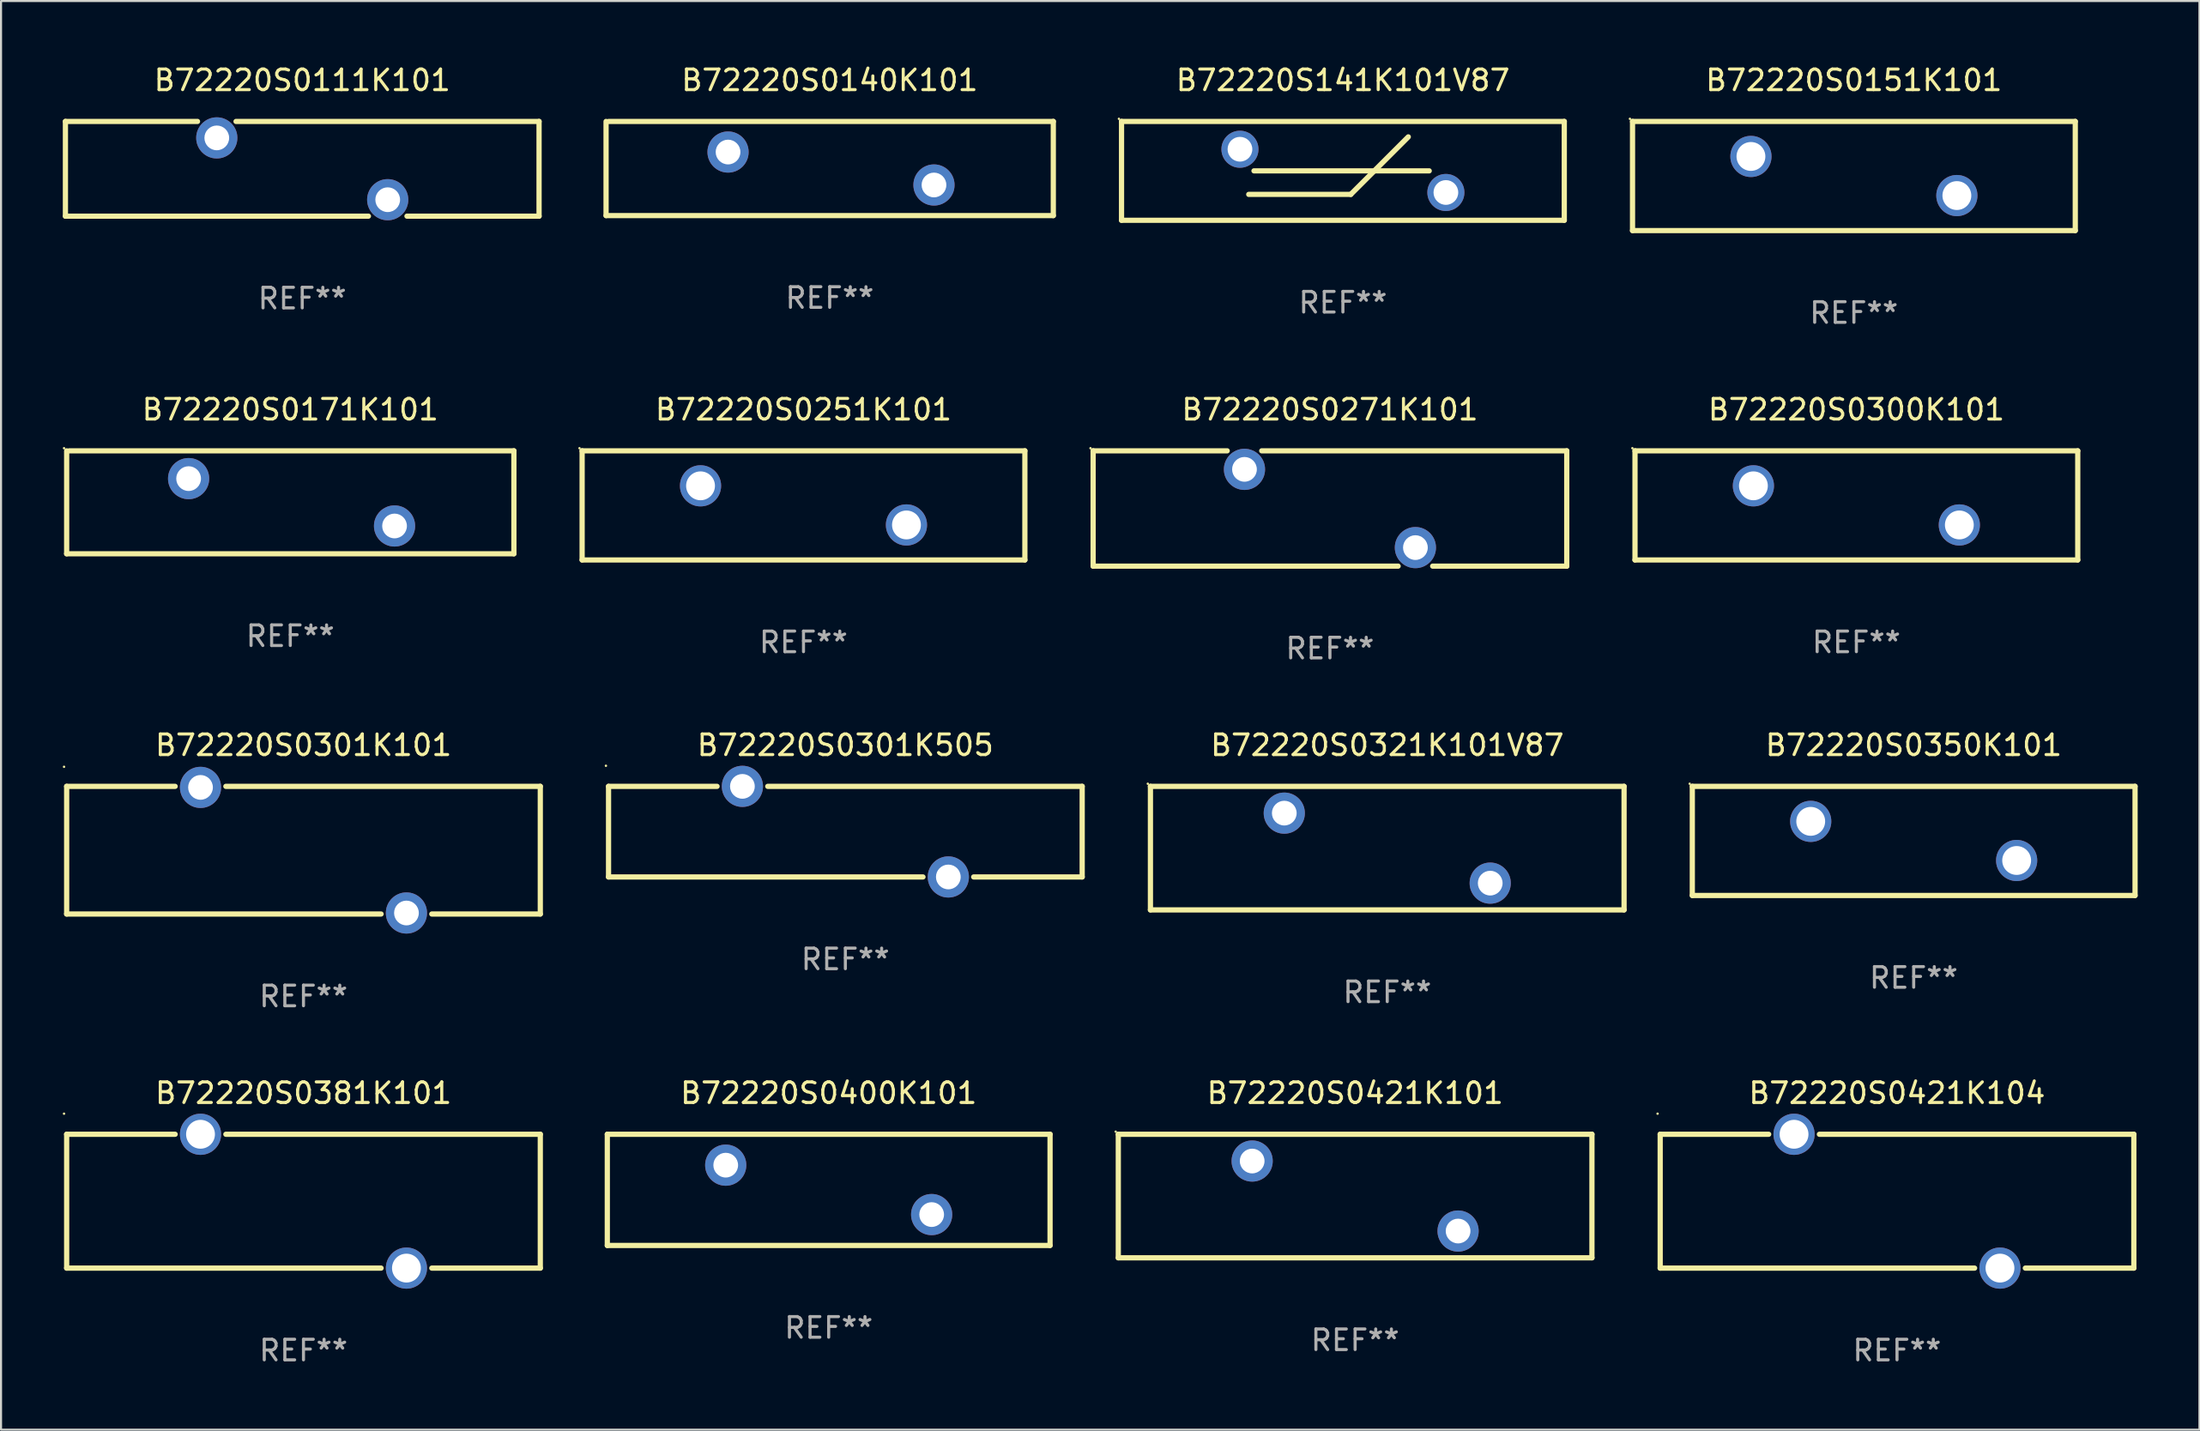
<source format=kicad_pcb>
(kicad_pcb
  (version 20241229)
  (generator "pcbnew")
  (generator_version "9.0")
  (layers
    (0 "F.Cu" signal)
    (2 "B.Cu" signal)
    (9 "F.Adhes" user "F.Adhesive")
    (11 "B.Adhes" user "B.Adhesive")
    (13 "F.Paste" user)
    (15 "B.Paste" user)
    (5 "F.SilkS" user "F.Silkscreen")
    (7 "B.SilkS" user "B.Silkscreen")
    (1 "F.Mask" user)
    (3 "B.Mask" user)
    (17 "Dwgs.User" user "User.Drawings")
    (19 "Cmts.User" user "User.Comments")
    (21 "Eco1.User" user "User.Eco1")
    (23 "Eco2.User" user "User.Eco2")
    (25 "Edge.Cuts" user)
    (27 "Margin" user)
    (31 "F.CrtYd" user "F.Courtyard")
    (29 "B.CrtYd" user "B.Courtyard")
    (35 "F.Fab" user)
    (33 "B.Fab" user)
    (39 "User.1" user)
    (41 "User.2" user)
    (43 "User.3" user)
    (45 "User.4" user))
  (footprint "B72220S141K101V87"
    (layer "F.Cu")
    (at 62.162 5.248)
    (property "Reference" "B72220S141K101V87" (at 0 -4.4 0) (layer "F.SilkS") (effects (font (size 1 1) (thickness 0.15))))
    (attr through_hole)
    (fp_line (start -10.75 -2.4) (end -10.75 2.4) (stroke (width 0.254) (type solid)) (layer "F.SilkS"))
    (fp_line (start -10.75 -2.4) (end 10.75 -2.4) (stroke (width 0.254) (type solid)) (layer "F.SilkS"))
    (fp_line (start -10.75 2.4) (end 10.75 2.4) (stroke (width 0.254) (type solid)) (layer "F.SilkS"))
    (fp_line (start -4.572 1.143) (end 0.381 1.143) (stroke (width 0.254) (type solid)) (layer "F.SilkS"))
    (fp_line (start -4.318 0) (end 4.191 0) (stroke (width 0.254) (type solid)) (layer "F.SilkS"))
    (fp_line (start 0.381 1.143) (end 3.175 -1.651) (stroke (width 0.254) (type solid)) (layer "F.SilkS"))
    (fp_line (start 10.75 -2.4) (end 10.75 2.4) (stroke (width 0.254) (type solid)) (layer "F.SilkS"))
    (fp_circle (center -10.877 -2.527) (end -10.847 -2.527) (stroke (width 0.06) (type solid)) (fill no) (layer "F.SilkS"))
    (fp_text user "REF**" (at 0 6.4 0) (layer "F.Fab") (effects (font (size 1 1) (thickness 0.15))))
    (pad "1" thru_hole circle (at -5 -1.05) (size 1.8 1.8) (drill 1.2) (layers "*.Cu" "*.Mask"))
    (pad "2" thru_hole circle (at 5 1.05) (size 1.8 1.8) (drill 1.2) (layers "*.Cu" "*.Mask")))
  (footprint "B72220S0300K101"
    (layer "F.Cu")
    (at 87.096 21.495)
    (property "Reference" "B72220S0300K101" (at 0 -4.65 0) (layer "F.SilkS") (effects (font (size 1 1) (thickness 0.15))))
    (attr through_hole)
    (fp_line (start -10.75 -2.65) (end 10.75 -2.65) (stroke (width 0.254) (type solid)) (layer "F.SilkS"))
    (fp_line (start -10.75 2.65) (end -10.75 -2.65) (stroke (width 0.254) (type solid)) (layer "F.SilkS"))
    (fp_line (start 10.75 -2.65) (end 10.75 2.65) (stroke (width 0.254) (type solid)) (layer "F.SilkS"))
    (fp_line (start 10.75 2.65) (end -10.75 2.65) (stroke (width 0.254) (type solid)) (layer "F.SilkS"))
    (fp_circle (center -10.877 -2.777) (end -10.847 -2.777) (stroke (width 0.06) (type solid)) (fill no) (layer "F.SilkS"))
    (fp_text user "REF**" (at 0 6.65 0) (layer "F.Fab") (effects (font (size 1 1) (thickness 0.15))))
    (pad "1" thru_hole circle (at -5 -0.95) (size 2 2) (drill 1.4) (layers "*.Cu" "*.Mask"))
    (pad "2" thru_hole circle (at 5 0.95) (size 2 2) (drill 1.4) (layers "*.Cu" "*.Mask")))
  (footprint "B72220S0321K101V87"
    (layer "F.Cu")
    (at 64.315 38.141)
    (property "Reference" "B72220S0321K101V87" (at 0 -5 0) (layer "F.SilkS") (effects (font (size 1 1) (thickness 0.15))))
    (attr through_hole)
    (fp_line (start -11.5 -3) (end 11.5 -3) (stroke (width 0.254) (type solid)) (layer "F.SilkS"))
    (fp_line (start -11.5 3) (end -11.5 -3) (stroke (width 0.254) (type solid)) (layer "F.SilkS"))
    (fp_line (start 11.5 -3) (end 11.5 3) (stroke (width 0.254) (type solid)) (layer "F.SilkS"))
    (fp_line (start 11.5 3) (end -11.5 3) (stroke (width 0.254) (type solid)) (layer "F.SilkS"))
    (fp_circle (center -11.627 -3.127) (end -11.597 -3.127) (stroke (width 0.06) (type solid)) (fill no) (layer "F.SilkS"))
    (fp_text user "REF**" (at 0 7 0) (layer "F.Fab") (effects (font (size 1 1) (thickness 0.15))))
    (pad "1" thru_hole circle (at -5 -1.7) (size 2 2) (drill 1.2) (layers "*.Cu" "*.Mask"))
    (pad "2" thru_hole circle (at 5 1.7) (size 2 2) (drill 1.2) (layers "*.Cu" "*.Mask")))
  (footprint "B72220S0171K101"
    (layer "F.Cu")
    (at 11.046 21.345)
    (property "Reference" "B72220S0171K101" (at 0 -4.5 0) (layer "F.SilkS") (effects (font (size 1 1) (thickness 0.15))))
    (attr through_hole)
    (fp_line (start -10.859 2.5) (end -10.859 -2.5) (stroke (width 0.254) (type solid)) (layer "F.SilkS"))
    (fp_line (start -10.732 -2.5) (end 10.859 -2.5) (stroke (width 0.254) (type solid)) (layer "F.SilkS"))
    (fp_line (start 10.859 -2.5) (end 10.859 2.5) (stroke (width 0.254) (type solid)) (layer "F.SilkS"))
    (fp_line (start 10.859 2.5) (end -10.859 2.5) (stroke (width 0.254) (type solid)) (layer "F.SilkS"))
    (fp_circle (center -10.986 -2.627) (end -10.956 -2.627) (stroke (width 0.06) (type solid)) (fill no) (layer "F.SilkS"))
    (fp_text user "REF**" (at 0 6.5 0) (layer "F.Fab") (effects (font (size 1 1) (thickness 0.15))))
    (pad "1" thru_hole circle (at -4.937 -1.15) (size 2 2) (drill 1.2) (layers "*.Cu" "*.Mask"))
    (pad "2" thru_hole circle (at 5.063 1.15) (size 2 2) (drill 1.2) (layers "*.Cu" "*.Mask")))
  (footprint "B72220S0140K101"
    (layer "F.Cu")
    (at 37.24 5.134)
    (property "Reference" "B72220S0140K101" (at 0 -4.286 0) (layer "F.SilkS") (effects (font (size 1 1) (thickness 0.15))))
    (attr through_hole)
    (fp_line (start -10.859 2.286) (end -10.859 -2.286) (stroke (width 0.254) (type solid)) (layer "F.SilkS"))
    (fp_line (start -10.732 -2.286) (end 10.859 -2.286) (stroke (width 0.254) (type solid)) (layer "F.SilkS"))
    (fp_line (start 10.859 -2.286) (end 10.859 2.286) (stroke (width 0.254) (type solid)) (layer "F.SilkS"))
    (fp_line (start 10.859 2.286) (end -10.859 2.286) (stroke (width 0.254) (type solid)) (layer "F.SilkS"))
    (fp_circle (center -10.687 -2.3) (end -10.657 -2.3) (stroke (width 0.06) (type solid)) (fill no) (layer "F.SilkS"))
    (fp_text user "REF**" (at 0 6.286 0) (layer "F.Fab") (effects (font (size 1 1) (thickness 0.15))))
    (pad "1" thru_hole circle (at -4.936 -0.8) (size 2 2) (drill 1.2) (layers "*.Cu" "*.Mask"))
    (pad "2" thru_hole circle (at 5.064 0.8) (size 2 2) (drill 1.2) (layers "*.Cu" "*.Mask")))
  (footprint "B72220S0421K104"
    (layer "F.Cu")
    (at 89.069 55.288)
    (property "Reference" "B72220S0421K104" (at 0 -5.25 0) (layer "F.SilkS") (effects (font (size 1 1) (thickness 0.15))))
    (attr through_hole)
    (fp_line (start -11.5 -3.25) (end -6.231 -3.25) (stroke (width 0.254) (type solid)) (layer "F.SilkS"))
    (fp_line (start -11.5 3.25) (end -11.5 -3.25) (stroke (width 0.254) (type solid)) (layer "F.SilkS"))
    (fp_line (start -3.769 -3.25) (end 11.5 -3.25) (stroke (width 0.254) (type solid)) (layer "F.SilkS"))
    (fp_line (start 3.769 3.25) (end -11.5 3.25) (stroke (width 0.254) (type solid)) (layer "F.SilkS"))
    (fp_line (start 11.5 -3.25) (end 11.5 3.25) (stroke (width 0.254) (type solid)) (layer "F.SilkS"))
    (fp_line (start 11.5 3.25) (end 6.231 3.25) (stroke (width 0.254) (type solid)) (layer "F.SilkS"))
    (fp_circle (center -11.627 -4.25) (end -11.597 -4.25) (stroke (width 0.06) (type solid)) (fill no) (layer "F.SilkS"))
    (fp_text user "REF**" (at 0 7.25 0) (layer "F.Fab") (effects (font (size 1 1) (thickness 0.15))))
    (pad "1" thru_hole circle (at -5 -3.25) (size 2 2) (drill 1.4) (layers "*.Cu" "*.Mask"))
    (pad "2" thru_hole circle (at 5 3.25) (size 2 2) (drill 1.4) (layers "*.Cu" "*.Mask")))
  (footprint "B72220S0421K101"
    (layer "F.Cu")
    (at 62.755 55.038)
    (property "Reference" "B72220S0421K101" (at 0 -5 0) (layer "F.SilkS") (effects (font (size 1 1) (thickness 0.15))))
    (attr through_hole)
    (fp_line (start -11.5 -3) (end 11.5 -3) (stroke (width 0.254) (type solid)) (layer "F.SilkS"))
    (fp_line (start -11.5 3) (end -11.5 -3) (stroke (width 0.254) (type solid)) (layer "F.SilkS"))
    (fp_line (start 11.5 -3) (end 11.5 3) (stroke (width 0.254) (type solid)) (layer "F.SilkS"))
    (fp_line (start 11.5 3) (end -11.5 3) (stroke (width 0.254) (type solid)) (layer "F.SilkS"))
    (fp_circle (center -11.627 -3.127) (end -11.597 -3.127) (stroke (width 0.06) (type solid)) (fill no) (layer "F.SilkS"))
    (fp_text user "REF**" (at 0 7 0) (layer "F.Fab") (effects (font (size 1 1) (thickness 0.15))))
    (pad "1" thru_hole circle (at -5 -1.7) (size 2 2) (drill 1.2) (layers "*.Cu" "*.Mask"))
    (pad "2" thru_hole circle (at 5 1.7) (size 2 2) (drill 1.2) (layers "*.Cu" "*.Mask")))
  (footprint "B72220S0251K101"
    (layer "F.Cu")
    (at 35.968 21.495)
    (property "Reference" "B72220S0251K101" (at 0 -4.65 0) (layer "F.SilkS") (effects (font (size 1 1) (thickness 0.15))))
    (attr through_hole)
    (fp_line (start -10.75 -2.65) (end 10.75 -2.65) (stroke (width 0.254) (type solid)) (layer "F.SilkS"))
    (fp_line (start -10.75 2.65) (end -10.75 -2.65) (stroke (width 0.254) (type solid)) (layer "F.SilkS"))
    (fp_line (start 10.75 -2.65) (end 10.75 2.65) (stroke (width 0.254) (type solid)) (layer "F.SilkS"))
    (fp_line (start 10.75 2.65) (end -10.75 2.65) (stroke (width 0.254) (type solid)) (layer "F.SilkS"))
    (fp_circle (center -10.877 -2.777) (end -10.847 -2.777) (stroke (width 0.06) (type solid)) (fill no) (layer "F.SilkS"))
    (fp_text user "REF**" (at 0 6.65 0) (layer "F.Fab") (effects (font (size 1 1) (thickness 0.15))))
    (pad "1" thru_hole circle (at -5 -0.95) (size 2 2) (drill 1.4) (layers "*.Cu" "*.Mask"))
    (pad "2" thru_hole circle (at 5 0.95) (size 2 2) (drill 1.4) (layers "*.Cu" "*.Mask")))
  (footprint "B72220S0271K101"
    (layer "F.Cu")
    (at 61.532 21.645)
    (property "Reference" "B72220S0271K101" (at 0 -4.8 0) (layer "F.SilkS") (effects (font (size 1 1) (thickness 0.15))))
    (attr through_hole)
    (fp_line (start -11.5 -2.8) (end -4.989 -2.8) (stroke (width 0.254) (type solid)) (layer "F.SilkS"))
    (fp_line (start -11.5 2.8) (end -11.5 -2.8) (stroke (width 0.254) (type solid)) (layer "F.SilkS"))
    (fp_line (start -3.312 -2.8) (end 11.5 -2.8) (stroke (width 0.254) (type solid)) (layer "F.SilkS"))
    (fp_line (start 3.312 2.8) (end -11.5 2.8) (stroke (width 0.254) (type solid)) (layer "F.SilkS"))
    (fp_line (start 11.5 -2.8) (end 11.5 2.8) (stroke (width 0.254) (type solid)) (layer "F.SilkS"))
    (fp_line (start 11.5 2.8) (end 4.989 2.8) (stroke (width 0.254) (type solid)) (layer "F.SilkS"))
    (fp_circle (center -11.627 -2.927) (end -11.597 -2.927) (stroke (width 0.06) (type solid)) (fill no) (layer "F.SilkS"))
    (fp_text user "REF**" (at 0 6.8 0) (layer "F.Fab") (effects (font (size 1 1) (thickness 0.15))))
    (pad "1" thru_hole circle (at -4.15 -1.9) (size 2 2) (drill 1.2) (layers "*.Cu" "*.Mask"))
    (pad "2" thru_hole circle (at 4.15 1.9) (size 2 2) (drill 1.2) (layers "*.Cu" "*.Mask")))
  (footprint "B72220S0301K505"
    (layer "F.Cu")
    (at 38.001 37.341)
    (property "Reference" "B72220S0301K505" (at 0 -4.2 0) (layer "F.SilkS") (effects (font (size 1 1) (thickness 0.15))))
    (attr through_hole)
    (fp_line (start -11.5 -2.2) (end -11.5 2.2) (stroke (width 0.254) (type solid)) (layer "F.SilkS"))
    (fp_line (start -11.5 -2.2) (end -6.231 -2.2) (stroke (width 0.254) (type solid)) (layer "F.SilkS"))
    (fp_line (start -11.5 2.2) (end 3.769 2.2) (stroke (width 0.254) (type solid)) (layer "F.SilkS"))
    (fp_line (start -3.769 -2.2) (end 11.5 -2.2) (stroke (width 0.254) (type solid)) (layer "F.SilkS"))
    (fp_line (start 6.231 2.2) (end 11.5 2.2) (stroke (width 0.254) (type solid)) (layer "F.SilkS"))
    (fp_line (start 11.5 -2.2) (end 11.5 2.2) (stroke (width 0.254) (type solid)) (layer "F.SilkS"))
    (fp_circle (center -11.627 -3.2) (end -11.597 -3.2) (stroke (width 0.06) (type solid)) (fill no) (layer "F.SilkS"))
    (fp_text user "REF**" (at 0 6.2 0) (layer "F.Fab") (effects (font (size 1 1) (thickness 0.15))))
    (pad "1" thru_hole circle (at -5 -2.2) (size 2 2) (drill 1.2) (layers "*.Cu" "*.Mask"))
    (pad "2" thru_hole circle (at 5 2.2) (size 2 2) (drill 1.2) (layers "*.Cu" "*.Mask")))
  (footprint "B72220S0381K101"
    (layer "F.Cu")
    (at 11.687 55.288)
    (property "Reference" "B72220S0381K101" (at 0 -5.25 0) (layer "F.SilkS") (effects (font (size 1 1) (thickness 0.15))))
    (attr through_hole)
    (fp_line (start -11.5 -3.25) (end -6.231 -3.25) (stroke (width 0.254) (type solid)) (layer "F.SilkS"))
    (fp_line (start -11.5 3.25) (end -11.5 -3.25) (stroke (width 0.254) (type solid)) (layer "F.SilkS"))
    (fp_line (start -3.769 -3.25) (end 11.5 -3.25) (stroke (width 0.254) (type solid)) (layer "F.SilkS"))
    (fp_line (start 3.769 3.25) (end -11.5 3.25) (stroke (width 0.254) (type solid)) (layer "F.SilkS"))
    (fp_line (start 11.5 -3.25) (end 11.5 3.25) (stroke (width 0.254) (type solid)) (layer "F.SilkS"))
    (fp_line (start 11.5 3.25) (end 6.231 3.25) (stroke (width 0.254) (type solid)) (layer "F.SilkS"))
    (fp_circle (center -11.627 -4.25) (end -11.597 -4.25) (stroke (width 0.06) (type solid)) (fill no) (layer "F.SilkS"))
    (fp_text user "REF**" (at 0 7.25 0) (layer "F.Fab") (effects (font (size 1 1) (thickness 0.15))))
    (pad "1" thru_hole circle (at -5 -3.25) (size 2 2) (drill 1.4) (layers "*.Cu" "*.Mask"))
    (pad "2" thru_hole circle (at 5 3.25) (size 2 2) (drill 1.4) (layers "*.Cu" "*.Mask")))
  (footprint "B72220S0301K101"
    (layer "F.Cu")
    (at 11.687 38.241)
    (property "Reference" "B72220S0301K101" (at 0 -5.1 0) (layer "F.SilkS") (effects (font (size 1 1) (thickness 0.15))))
    (attr through_hole)
    (fp_line (start -11.5 -3.1) (end -11.5 3.1) (stroke (width 0.254) (type solid)) (layer "F.SilkS"))
    (fp_line (start -11.5 -3.1) (end -6.231 -3.1) (stroke (width 0.254) (type solid)) (layer "F.SilkS"))
    (fp_line (start -11.5 3.1) (end 3.769 3.1) (stroke (width 0.254) (type solid)) (layer "F.SilkS"))
    (fp_line (start -3.769 -3.1) (end 11.5 -3.1) (stroke (width 0.254) (type solid)) (layer "F.SilkS"))
    (fp_line (start 6.231 3.1) (end 11.5 3.1) (stroke (width 0.254) (type solid)) (layer "F.SilkS"))
    (fp_line (start 11.5 -3.1) (end 11.5 3.1) (stroke (width 0.254) (type solid)) (layer "F.SilkS"))
    (fp_circle (center -11.627 -4.05) (end -11.597 -4.05) (stroke (width 0.06) (type solid)) (fill no) (layer "F.SilkS"))
    (fp_text user "REF**" (at 0 7.1 0) (layer "F.Fab") (effects (font (size 1 1) (thickness 0.15))))
    (pad "1" thru_hole circle (at -5 -3.05) (size 2 2) (drill 1.2) (layers "*.Cu" "*.Mask"))
    (pad "2" thru_hole circle (at 5 3.05) (size 2 2) (drill 1.2) (layers "*.Cu" "*.Mask")))
  (footprint "B72220S0350K101"
    (layer "F.Cu")
    (at 89.879 37.791)
    (property "Reference" "B72220S0350K101" (at 0 -4.65 0) (layer "F.SilkS") (effects (font (size 1 1) (thickness 0.15))))
    (attr through_hole)
    (fp_line (start -10.75 -2.65) (end 10.75 -2.65) (stroke (width 0.254) (type solid)) (layer "F.SilkS"))
    (fp_line (start -10.75 2.65) (end -10.75 -2.65) (stroke (width 0.254) (type solid)) (layer "F.SilkS"))
    (fp_line (start 10.75 -2.65) (end 10.75 2.65) (stroke (width 0.254) (type solid)) (layer "F.SilkS"))
    (fp_line (start 10.75 2.65) (end -10.75 2.65) (stroke (width 0.254) (type solid)) (layer "F.SilkS"))
    (fp_circle (center -10.877 -2.777) (end -10.847 -2.777) (stroke (width 0.06) (type solid)) (fill no) (layer "F.SilkS"))
    (fp_text user "REF**" (at 0 6.65 0) (layer "F.Fab") (effects (font (size 1 1) (thickness 0.15))))
    (pad "1" thru_hole circle (at -5 -0.95) (size 2 2) (drill 1.4) (layers "*.Cu" "*.Mask"))
    (pad "2" thru_hole circle (at 5 0.95) (size 2 2) (drill 1.4) (layers "*.Cu" "*.Mask")))
  (footprint "B72220S0151K101"
    (layer "F.Cu")
    (at 86.976 5.498)
    (property "Reference" "B72220S0151K101" (at 0 -4.65 0) (layer "F.SilkS") (effects (font (size 1 1) (thickness 0.15))))
    (attr through_hole)
    (fp_line (start -10.75 -2.65) (end 10.75 -2.65) (stroke (width 0.254) (type solid)) (layer "F.SilkS"))
    (fp_line (start -10.75 2.65) (end -10.75 -2.65) (stroke (width 0.254) (type solid)) (layer "F.SilkS"))
    (fp_line (start 10.75 -2.65) (end 10.75 2.65) (stroke (width 0.254) (type solid)) (layer "F.SilkS"))
    (fp_line (start 10.75 2.65) (end -10.75 2.65) (stroke (width 0.254) (type solid)) (layer "F.SilkS"))
    (fp_circle (center -10.877 -2.777) (end -10.847 -2.777) (stroke (width 0.06) (type solid)) (fill no) (layer "F.SilkS"))
    (fp_text user "REF**" (at 0 6.65 0) (layer "F.Fab") (effects (font (size 1 1) (thickness 0.15))))
    (pad "1" thru_hole circle (at -5 -0.95) (size 2 2) (drill 1.4) (layers "*.Cu" "*.Mask"))
    (pad "2" thru_hole circle (at 5 0.95) (size 2 2) (drill 1.4) (layers "*.Cu" "*.Mask")))
  (footprint "B72220S0111K101"
    (layer "F.Cu")
    (at 11.627 5.148)
    (property "Reference" "B72220S0111K101" (at 0 -4.3 0) (layer "F.SilkS") (effects (font (size 1 1) (thickness 0.15))))
    (attr through_hole)
    (fp_line (start -11.5 -2.3) (end -5.086 -2.3) (stroke (width 0.254) (type solid)) (layer "F.SilkS"))
    (fp_line (start -11.5 2.3) (end -11.5 -2.3) (stroke (width 0.254) (type solid)) (layer "F.SilkS"))
    (fp_line (start -3.215 -2.3) (end 11.5 -2.3) (stroke (width 0.254) (type solid)) (layer "F.SilkS"))
    (fp_line (start 3.214 2.3) (end -11.5 2.3) (stroke (width 0.254) (type solid)) (layer "F.SilkS"))
    (fp_line (start 11.5 -2.3) (end 11.5 2.3) (stroke (width 0.254) (type solid)) (layer "F.SilkS"))
    (fp_line (start 11.5 2.3) (end 5.086 2.3) (stroke (width 0.254) (type solid)) (layer "F.SilkS"))
    (fp_circle (center -11.5 -2.3) (end -11.47 -2.3) (stroke (width 0.06) (type solid)) (fill no) (layer "F.SilkS"))
    (fp_text user "REF**" (at 0 6.3 0) (layer "F.Fab") (effects (font (size 1 1) (thickness 0.15))))
    (pad "1" thru_hole circle (at -4.15 -1.501) (size 2 2) (drill 1.2) (layers "*.Cu" "*.Mask"))
    (pad "2" thru_hole circle (at 4.15 1.501) (size 2 2) (drill 1.2) (layers "*.Cu" "*.Mask")))
  (footprint "B72220S0400K101"
    (layer "F.Cu")
    (at 37.191 54.738)
    (property "Reference" "B72220S0400K101" (at 0 -4.7 0) (layer "F.SilkS") (effects (font (size 1 1) (thickness 0.15))))
    (attr through_hole)
    (fp_line (start -10.75 -2.7) (end 10.75 -2.7) (stroke (width 0.254) (type solid)) (layer "F.SilkS"))
    (fp_line (start -10.75 2.7) (end -10.75 -2.7) (stroke (width 0.254) (type solid)) (layer "F.SilkS"))
    (fp_line (start 10.75 -2.7) (end 10.75 2.7) (stroke (width 0.254) (type solid)) (layer "F.SilkS"))
    (fp_line (start 10.75 2.7) (end -10.75 2.7) (stroke (width 0.254) (type solid)) (layer "F.SilkS"))
    (fp_circle (center -10.75 -2.7) (end -10.72 -2.7) (stroke (width 0.06) (type solid)) (fill no) (layer "F.SilkS"))
    (fp_text user "REF**" (at 0 6.7 0) (layer "F.Fab") (effects (font (size 1 1) (thickness 0.15))))
    (pad "1" thru_hole circle (at -5 -1.2) (size 2 2) (drill 1.2) (layers "*.Cu" "*.Mask"))
    (pad "2" thru_hole circle (at 5 1.2) (size 2 2) (drill 1.2) (layers "*.Cu" "*.Mask")))
  (gr_rect
    (start -3 -3)
    (end 103.756 66.386)
    (stroke (width 0.1) (type default))
    (fill no)
    (layer "Edge.Cuts")))
</source>
